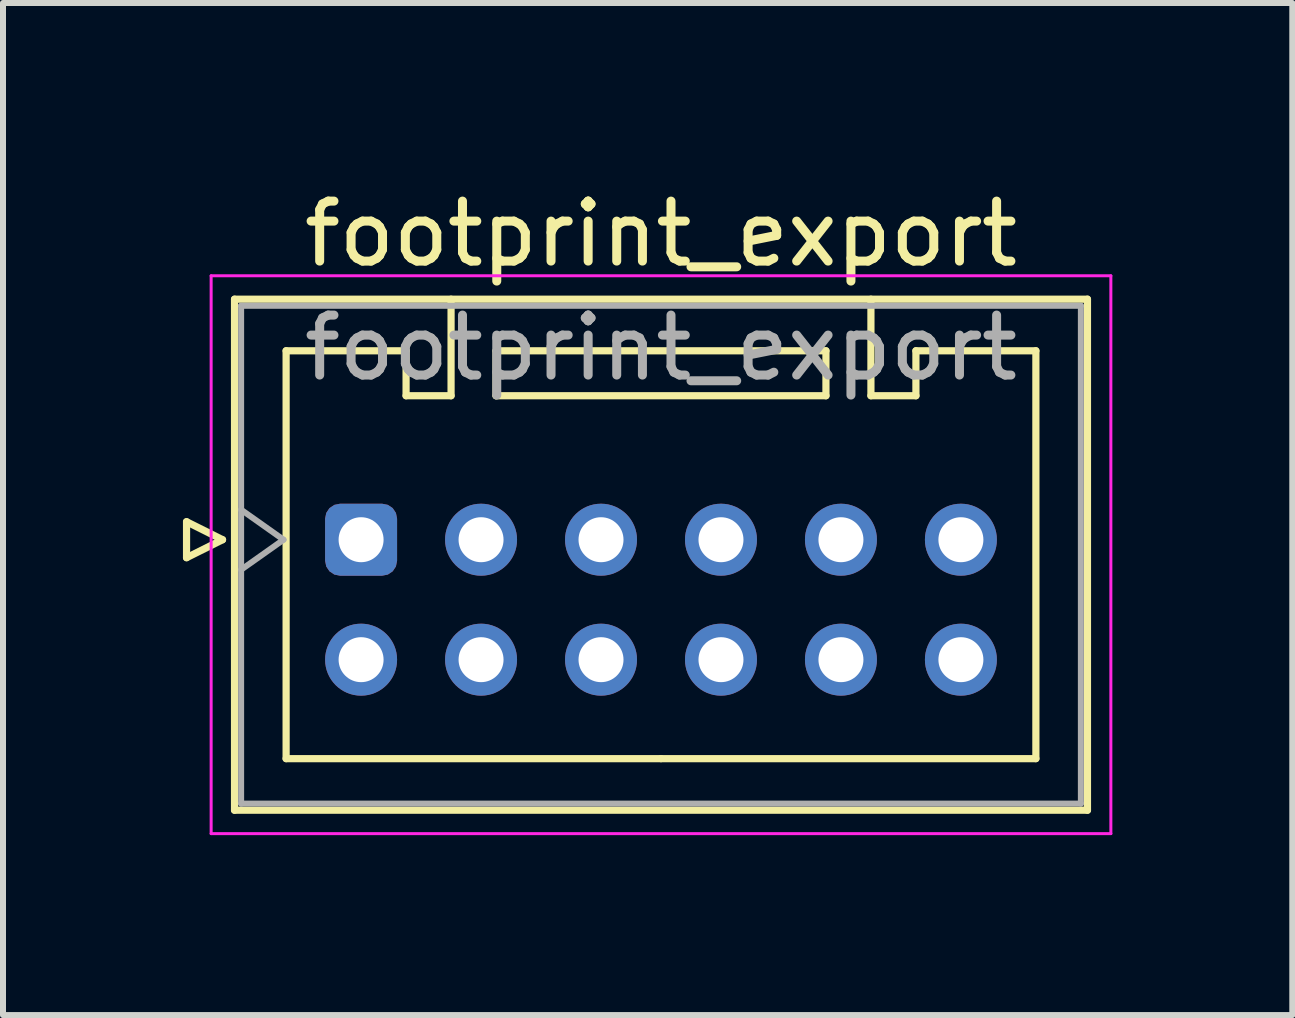
<source format=kicad_pcb>
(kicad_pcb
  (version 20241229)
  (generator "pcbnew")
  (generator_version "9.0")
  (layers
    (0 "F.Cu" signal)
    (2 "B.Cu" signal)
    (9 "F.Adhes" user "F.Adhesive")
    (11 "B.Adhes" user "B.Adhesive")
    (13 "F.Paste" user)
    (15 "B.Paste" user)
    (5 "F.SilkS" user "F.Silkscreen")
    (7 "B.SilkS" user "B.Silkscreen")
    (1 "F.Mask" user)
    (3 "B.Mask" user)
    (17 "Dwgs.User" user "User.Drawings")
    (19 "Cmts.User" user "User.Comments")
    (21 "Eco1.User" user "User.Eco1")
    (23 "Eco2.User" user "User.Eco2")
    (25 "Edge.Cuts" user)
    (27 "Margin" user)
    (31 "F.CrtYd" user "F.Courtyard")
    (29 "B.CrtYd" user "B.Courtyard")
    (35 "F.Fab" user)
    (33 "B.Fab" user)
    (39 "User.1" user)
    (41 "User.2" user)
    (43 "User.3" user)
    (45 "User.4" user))
  (footprint "footprint_export"
    (layer "F.Cu")
    (at 2.97 5.948)
    (property "Reference" "footprint_export" (at 5 -5.1 0) (layer "F.SilkS") (effects (font (size 1 1) (thickness 0.15))))
    (attr through_hole)
    (fp_line (start -2.91 -0.3) (end -2.31 0) (stroke (width 0.12) (type solid)) (layer "F.SilkS"))
    (fp_line (start -2.91 0.3) (end -2.91 -0.3) (stroke (width 0.12) (type solid)) (layer "F.SilkS"))
    (fp_line (start -2.31 0) (end -2.91 0.3) (stroke (width 0.12) (type solid)) (layer "F.SilkS"))
    (fp_line (start -2.11 -4.01) (end -2.11 4.51) (stroke (width 0.12) (type solid)) (layer "F.SilkS"))
    (fp_line (start -2.11 4.51) (end 12.11 4.51) (stroke (width 0.12) (type solid)) (layer "F.SilkS"))
    (fp_line (start -1.25 -3.15) (end -1.25 3.65) (stroke (width 0.12) (type solid)) (layer "F.SilkS"))
    (fp_line (start -1.25 3.65) (end 5 3.65) (stroke (width 0.12) (type solid)) (layer "F.SilkS"))
    (fp_line (start 0.75 -3.15) (end -1.25 -3.15) (stroke (width 0.12) (type solid)) (layer "F.SilkS"))
    (fp_line (start 0.75 -2.4) (end 0.75 -3.15) (stroke (width 0.12) (type solid)) (layer "F.SilkS"))
    (fp_line (start 1.5 -4.01) (end 1.5 -2.4) (stroke (width 0.12) (type solid)) (layer "F.SilkS"))
    (fp_line (start 1.5 -2.4) (end 0.75 -2.4) (stroke (width 0.12) (type solid)) (layer "F.SilkS"))
    (fp_line (start 2.25 -3.15) (end 2.25 -2.4) (stroke (width 0.12) (type solid)) (layer "F.SilkS"))
    (fp_line (start 2.25 -2.4) (end 7.75 -2.4) (stroke (width 0.12) (type solid)) (layer "F.SilkS"))
    (fp_line (start 7.75 -3.15) (end 2.25 -3.15) (stroke (width 0.12) (type solid)) (layer "F.SilkS"))
    (fp_line (start 7.75 -2.4) (end 7.75 -3.15) (stroke (width 0.12) (type solid)) (layer "F.SilkS"))
    (fp_line (start 8.5 -4.01) (end 8.5 -2.4) (stroke (width 0.12) (type solid)) (layer "F.SilkS"))
    (fp_line (start 8.5 -2.4) (end 9.25 -2.4) (stroke (width 0.12) (type solid)) (layer "F.SilkS"))
    (fp_line (start 9.25 -3.15) (end 11.25 -3.15) (stroke (width 0.12) (type solid)) (layer "F.SilkS"))
    (fp_line (start 9.25 -2.4) (end 9.25 -3.15) (stroke (width 0.12) (type solid)) (layer "F.SilkS"))
    (fp_line (start 11.25 -3.15) (end 11.25 3.65) (stroke (width 0.12) (type solid)) (layer "F.SilkS"))
    (fp_line (start 11.25 3.65) (end 5 3.65) (stroke (width 0.12) (type solid)) (layer "F.SilkS"))
    (fp_line (start 12.11 -4.01) (end -2.11 -4.01) (stroke (width 0.12) (type solid)) (layer "F.SilkS"))
    (fp_line (start 12.11 4.51) (end 12.11 -4.01) (stroke (width 0.12) (type solid)) (layer "F.SilkS"))
    (fp_line (start -2.5 -4.4) (end -2.5 4.9) (stroke (width 0.05) (type solid)) (layer "F.CrtYd"))
    (fp_line (start -2.5 4.9) (end 12.5 4.9) (stroke (width 0.05) (type solid)) (layer "F.CrtYd"))
    (fp_line (start 12.5 -4.4) (end -2.5 -4.4) (stroke (width 0.05) (type solid)) (layer "F.CrtYd"))
    (fp_line (start 12.5 4.9) (end 12.5 -4.4) (stroke (width 0.05) (type solid)) (layer "F.CrtYd"))
    (fp_line (start -2 -3.9) (end -2 4.4) (stroke (width 0.1) (type solid)) (layer "F.Fab"))
    (fp_line (start -2 0.5) (end -1.293 0) (stroke (width 0.1) (type solid)) (layer "F.Fab"))
    (fp_line (start -2 4.4) (end 12 4.4) (stroke (width 0.1) (type solid)) (layer "F.Fab"))
    (fp_line (start -1.293 0) (end -2 -0.5) (stroke (width 0.1) (type solid)) (layer "F.Fab"))
    (fp_line (start 12 -3.9) (end -2 -3.9) (stroke (width 0.1) (type solid)) (layer "F.Fab"))
    (fp_line (start 12 4.4) (end 12 -3.9) (stroke (width 0.1) (type solid)) (layer "F.Fab"))
    (fp_text user "${REFERENCE}" (at 5 -3.2 0) (layer "F.Fab") (effects (font (size 1 1) (thickness 0.15))))
    (pad "1" thru_hole roundrect (at 0 0) (size 1.2 1.2) (drill 0.75) (layers "*.Cu" "*.Mask") (roundrect_rratio 0.208))
    (pad "2" thru_hole circle (at 0 2) (size 1.2 1.2) (drill 0.75) (layers "*.Cu" "*.Mask"))
    (pad "3" thru_hole circle (at 2 0) (size 1.2 1.2) (drill 0.75) (layers "*.Cu" "*.Mask"))
    (pad "4" thru_hole circle (at 2 2) (size 1.2 1.2) (drill 0.75) (layers "*.Cu" "*.Mask"))
    (pad "5" thru_hole circle (at 4 0) (size 1.2 1.2) (drill 0.75) (layers "*.Cu" "*.Mask"))
    (pad "6" thru_hole circle (at 4 2) (size 1.2 1.2) (drill 0.75) (layers "*.Cu" "*.Mask"))
    (pad "7" thru_hole circle (at 6 0) (size 1.2 1.2) (drill 0.75) (layers "*.Cu" "*.Mask"))
    (pad "8" thru_hole circle (at 6 2) (size 1.2 1.2) (drill 0.75) (layers "*.Cu" "*.Mask"))
    (pad "9" thru_hole circle (at 8 0) (size 1.2 1.2) (drill 0.75) (layers "*.Cu" "*.Mask"))
    (pad "10" thru_hole circle (at 8 2) (size 1.2 1.2) (drill 0.75) (layers "*.Cu" "*.Mask"))
    (pad "11" thru_hole circle (at 10 0) (size 1.2 1.2) (drill 0.75) (layers "*.Cu" "*.Mask"))
    (pad "12" thru_hole circle (at 10 2) (size 1.2 1.2) (drill 0.75) (layers "*.Cu" "*.Mask")))
  (gr_rect
    (start -3 -3)
    (end 18.495 13.873)
    (stroke (width 0.1) (type default))
    (fill no)
    (layer "Edge.Cuts")))
</source>
